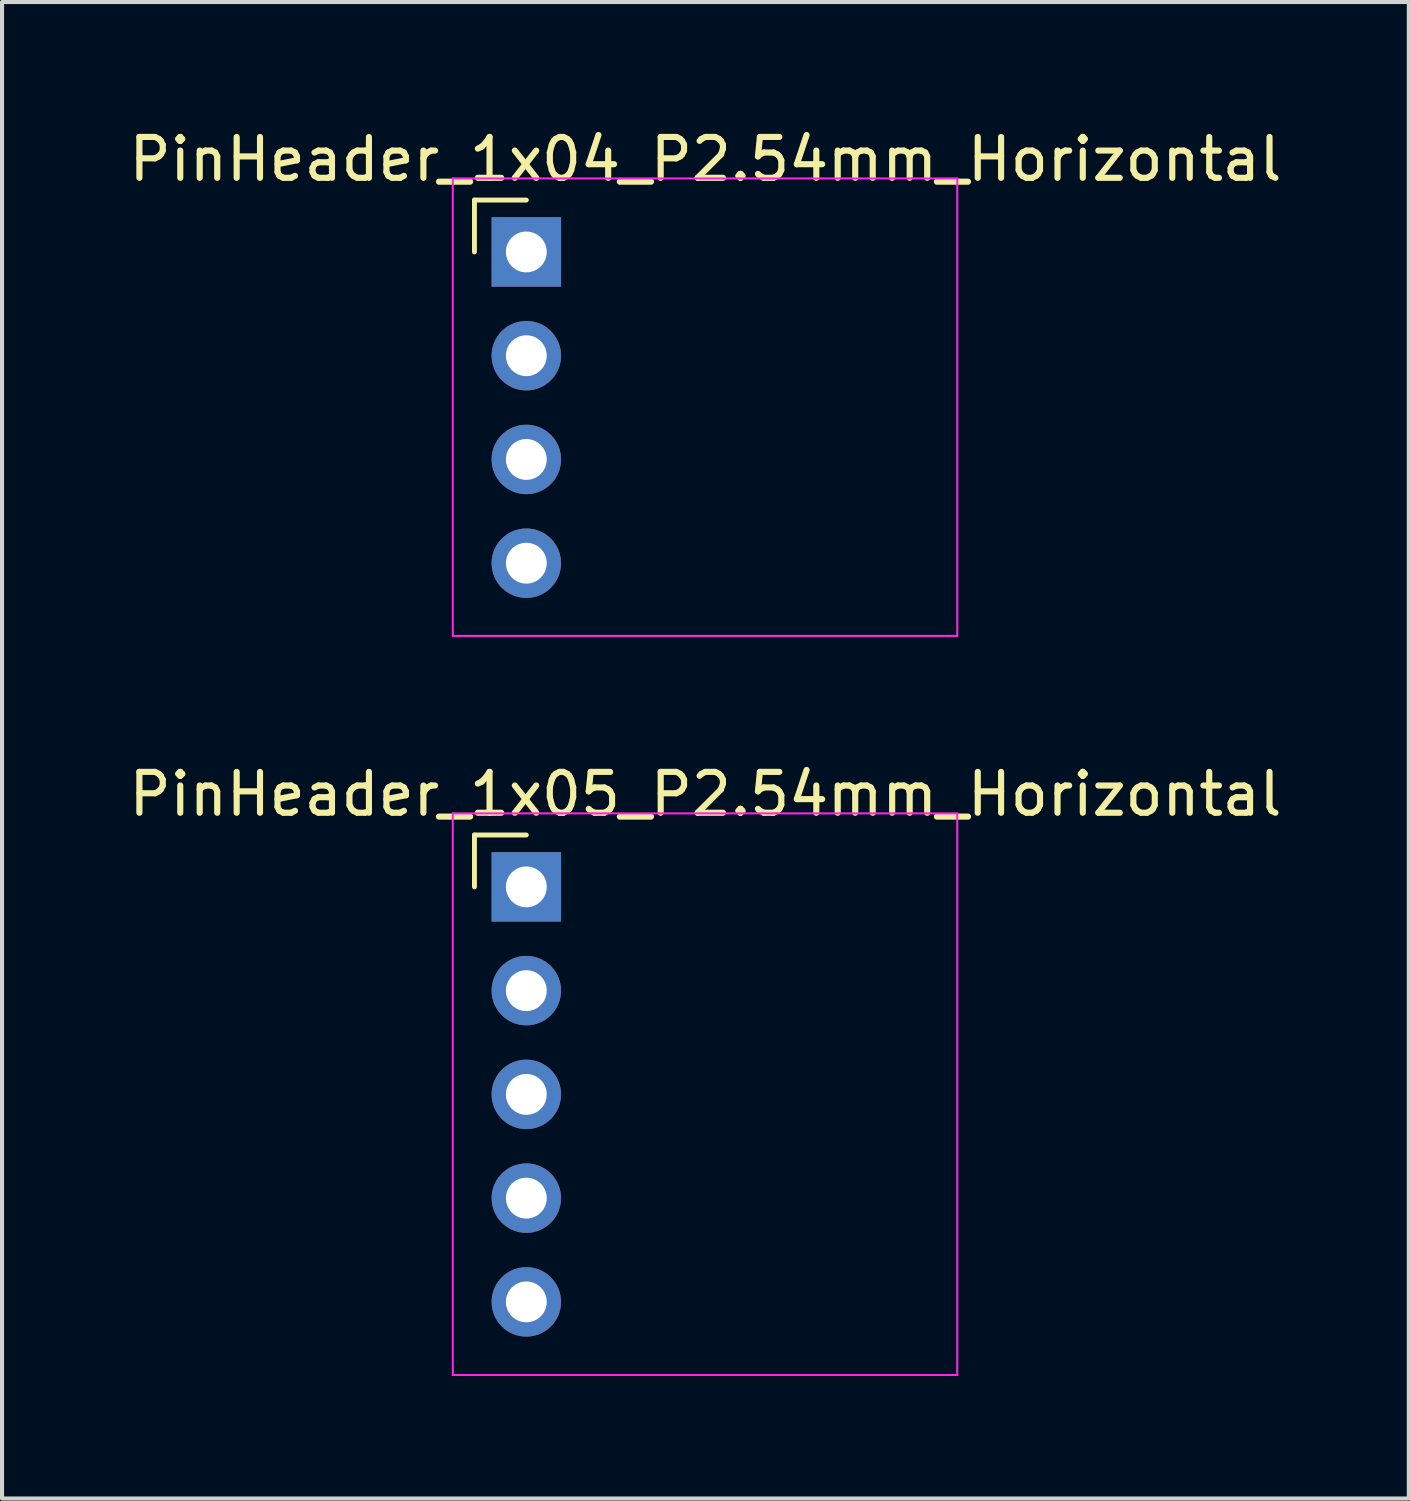
<source format=kicad_pcb>
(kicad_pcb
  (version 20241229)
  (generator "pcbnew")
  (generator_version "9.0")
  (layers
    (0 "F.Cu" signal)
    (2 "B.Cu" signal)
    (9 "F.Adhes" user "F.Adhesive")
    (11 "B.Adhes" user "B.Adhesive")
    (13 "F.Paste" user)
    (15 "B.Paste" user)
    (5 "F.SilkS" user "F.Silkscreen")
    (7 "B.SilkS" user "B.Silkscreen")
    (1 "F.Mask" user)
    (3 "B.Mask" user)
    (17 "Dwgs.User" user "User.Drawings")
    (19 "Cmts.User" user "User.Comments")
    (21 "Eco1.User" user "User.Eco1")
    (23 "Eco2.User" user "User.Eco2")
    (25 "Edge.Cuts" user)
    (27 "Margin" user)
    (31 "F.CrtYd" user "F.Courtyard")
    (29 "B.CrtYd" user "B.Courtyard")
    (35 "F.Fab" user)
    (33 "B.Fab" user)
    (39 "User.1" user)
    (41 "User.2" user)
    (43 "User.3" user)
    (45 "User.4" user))
  (footprint "PinHeader_1x04_P2.54mm_Horizontal"
    (layer "F.Cu")
    (at 9.835 3.118)
    (property "Reference" "PinHeader_1x04_P2.54mm_Horizontal" (at 4.385 -2.27 0) (layer "F.SilkS") (effects (font (size 1 1) (thickness 0.15))))
    (attr through_hole)
    (fp_line (start -1.27 -1.27) (end 0 -1.27) (stroke (width 0.12) (type solid)) (layer "F.SilkS"))
    (fp_line (start -1.27 0) (end -1.27 -1.27) (stroke (width 0.12) (type solid)) (layer "F.SilkS"))
    (fp_line (start -1.8 -1.8) (end -1.8 9.4) (stroke (width 0.05) (type solid)) (layer "F.CrtYd"))
    (fp_line (start -1.8 9.4) (end 10.55 9.4) (stroke (width 0.05) (type solid)) (layer "F.CrtYd"))
    (fp_line (start 10.55 -1.8) (end -1.8 -1.8) (stroke (width 0.05) (type solid)) (layer "F.CrtYd"))
    (fp_line (start 10.55 9.4) (end 10.55 -1.8) (stroke (width 0.05) (type solid)) (layer "F.CrtYd"))
    (fp_line (start -0.32 -0.32) (end -0.32 0.32) (stroke (width 0.1) (type solid)) (layer "F.Fab"))
    (fp_line (start -0.32 2.22) (end -0.32 2.86) (stroke (width 0.1) (type solid)) (layer "F.Fab"))
    (fp_line (start -0.32 4.76) (end -0.32 5.4) (stroke (width 0.1) (type solid)) (layer "F.Fab"))
    (fp_line (start -0.32 7.3) (end -0.32 7.94) (stroke (width 0.1) (type solid)) (layer "F.Fab"))
    (pad "1" thru_hole rect (at 0 0) (size 1.7 1.7) (drill 1) (layers "*.Cu" "*.Mask"))
    (pad "2" thru_hole oval (at 0 2.54) (size 1.7 1.7) (drill 1) (layers "*.Cu" "*.Mask"))
    (pad "3" thru_hole oval (at 0 5.08) (size 1.7 1.7) (drill 1) (layers "*.Cu" "*.Mask"))
    (pad "4" thru_hole oval (at 0 7.62) (size 1.7 1.7) (drill 1) (layers "*.Cu" "*.Mask")))
  (footprint "PinHeader_1x05_P2.54mm_Horizontal"
    (layer "F.Cu")
    (at 9.835 18.662)
    (property "Reference" "PinHeader_1x05_P2.54mm_Horizontal" (at 4.385 -2.27 0) (layer "F.SilkS") (effects (font (size 1 1) (thickness 0.15))))
    (attr through_hole)
    (fp_line (start -1.27 -1.27) (end 0 -1.27) (stroke (width 0.12) (type solid)) (layer "F.SilkS"))
    (fp_line (start -1.27 0) (end -1.27 -1.27) (stroke (width 0.12) (type solid)) (layer "F.SilkS"))
    (fp_line (start -1.8 -1.8) (end -1.8 11.95) (stroke (width 0.05) (type solid)) (layer "F.CrtYd"))
    (fp_line (start -1.8 11.95) (end 10.55 11.95) (stroke (width 0.05) (type solid)) (layer "F.CrtYd"))
    (fp_line (start 10.55 -1.8) (end -1.8 -1.8) (stroke (width 0.05) (type solid)) (layer "F.CrtYd"))
    (fp_line (start 10.55 11.95) (end 10.55 -1.8) (stroke (width 0.05) (type solid)) (layer "F.CrtYd"))
    (fp_line (start -0.32 -0.32) (end -0.32 0.32) (stroke (width 0.1) (type solid)) (layer "F.Fab"))
    (fp_line (start -0.32 2.22) (end -0.32 2.86) (stroke (width 0.1) (type solid)) (layer "F.Fab"))
    (fp_line (start -0.32 4.76) (end -0.32 5.4) (stroke (width 0.1) (type solid)) (layer "F.Fab"))
    (fp_line (start -0.32 7.3) (end -0.32 7.94) (stroke (width 0.1) (type solid)) (layer "F.Fab"))
    (fp_line (start -0.32 9.84) (end -0.32 10.48) (stroke (width 0.1) (type solid)) (layer "F.Fab"))
    (pad "1" thru_hole rect (at 0 0) (size 1.7 1.7) (drill 1) (layers "*.Cu" "*.Mask"))
    (pad "2" thru_hole oval (at 0 2.54) (size 1.7 1.7) (drill 1) (layers "*.Cu" "*.Mask"))
    (pad "3" thru_hole oval (at 0 5.08) (size 1.7 1.7) (drill 1) (layers "*.Cu" "*.Mask"))
    (pad "4" thru_hole oval (at 0 7.62) (size 1.7 1.7) (drill 1) (layers "*.Cu" "*.Mask"))
    (pad "5" thru_hole oval (at 0 10.16) (size 1.7 1.7) (drill 1) (layers "*.Cu" "*.Mask")))
  (gr_rect
    (start -3 -3)
    (end 31.44 33.636)
    (stroke (width 0.1) (type default))
    (fill no)
    (layer "Edge.Cuts")))
</source>
